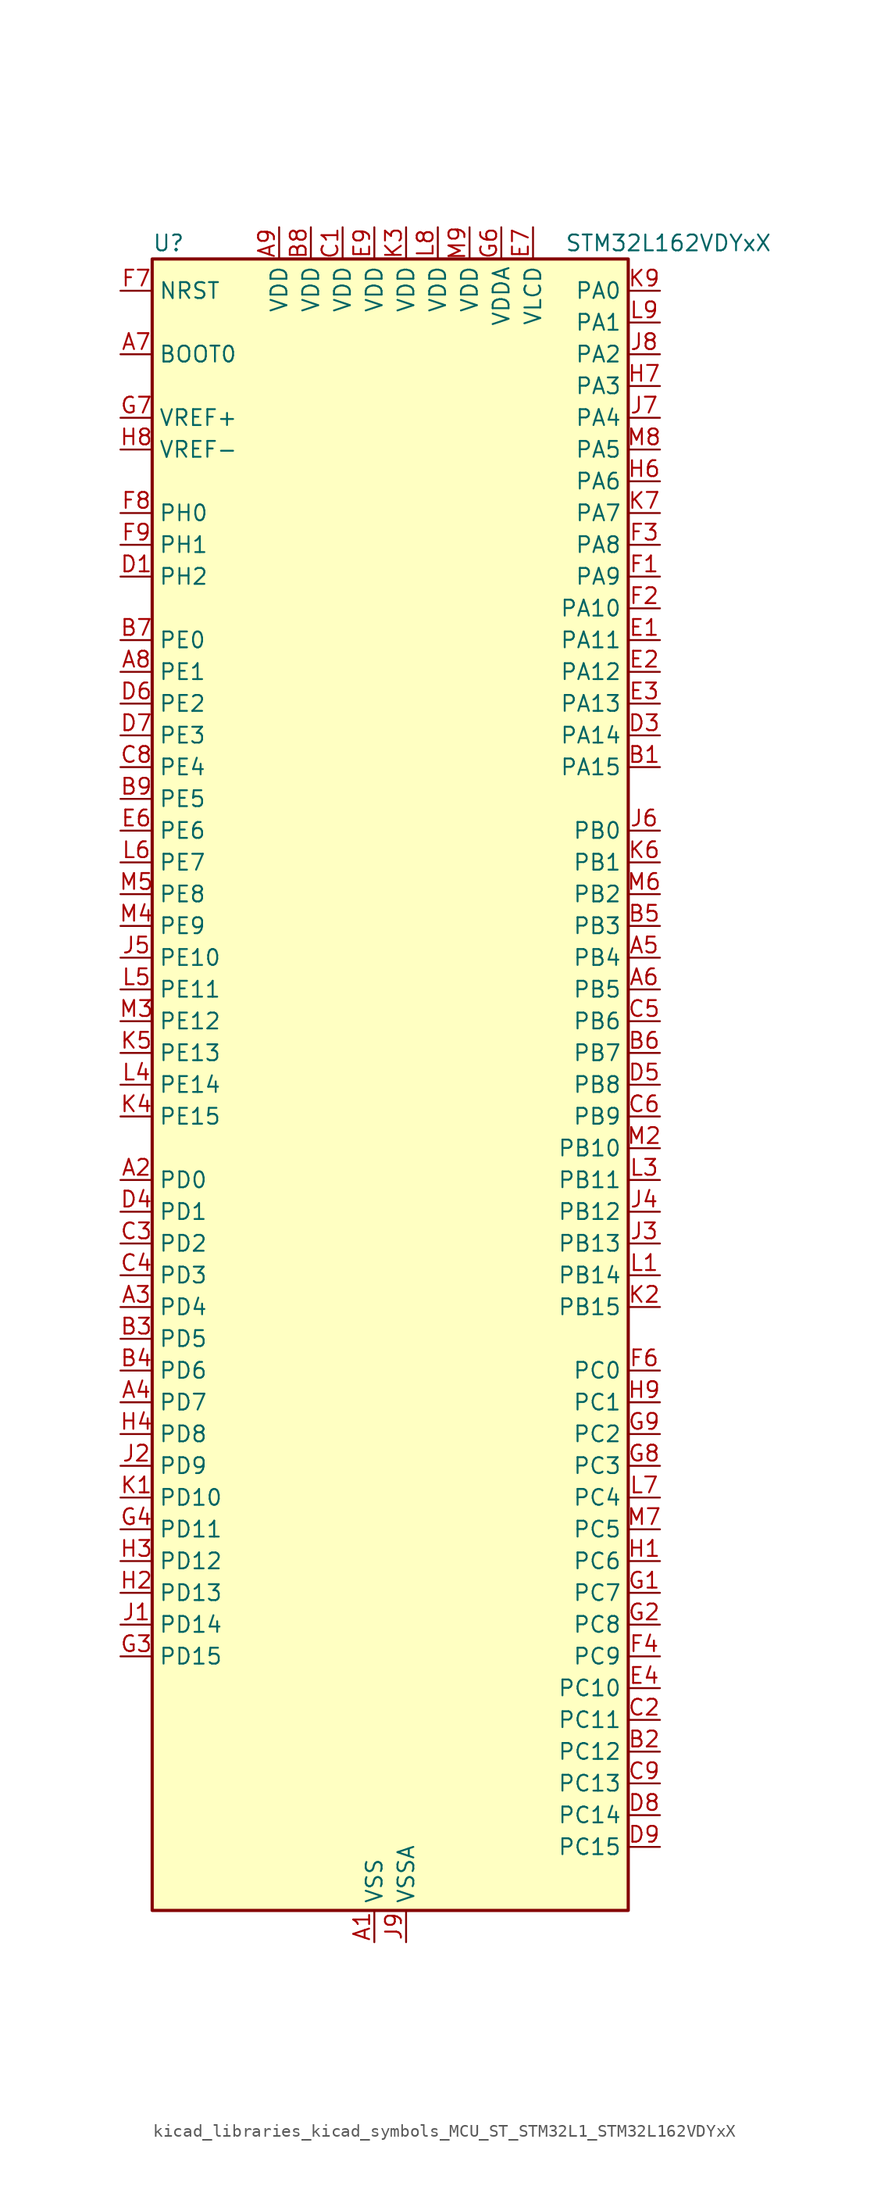
<source format=kicad_sym>
(kicad_symbol_lib
  (version 20220914)
  (generator kicad_symbol_editor)
  (symbol "kicad_libraries_kicad_symbols_MCU_ST_STM32L1_STM32L162VDYxX"
    (property "Reference" "U"
      (at -17.78 67.31 0)
      (effects (font (size 1.27 1.27)) (justify left)))
    (property "Value" "STM32L162VDYxX"
      (at 15.24 67.31 0)
      (effects (font (size 1.27 1.27)) (justify left)))
    (property "ki_locked" ""
      (at 0 0 0)
      (effects (font (size 1.27 1.27))))
    (symbol "kicad_libraries_kicad_symbols_MCU_ST_STM32L1_STM32L162VDYxX_0_1"
      (rectangle (start -17.78 -66.04) (end 20.32 66.04) (stroke (width 0.254) (type default)) (fill (type background))))
    (symbol "kicad_libraries_kicad_symbols_MCU_ST_STM32L1_STM32L162VDYxX_1_1"
      (pin power_in line (at 0 -68.58 90) (length 2.54) (name "VSS" (effects (font (size 1.27 1.27)))) (number "A1" (effects (font (size 1.27 1.27)))))
      (pin bidirectional line (at -20.32 -7.62 0) (length 2.54) (name "PD0" (effects (font (size 1.27 1.27)))) (number "A2" (effects (font (size 1.27 1.27)))) (alternate "I2S2_WS" bidirectional line) (alternate "SPI2_NSS" bidirectional line) (alternate "TIM9_CH1" bidirectional line) (alternate "TIMX_IC1" bidirectional line))
      (pin bidirectional line (at -20.32 -17.78 0) (length 2.54) (name "PD4" (effects (font (size 1.27 1.27)))) (number "A3" (effects (font (size 1.27 1.27)))) (alternate "I2S2_SD" bidirectional line) (alternate "SPI2_MOSI" bidirectional line) (alternate "TIMX_IC1" bidirectional line) (alternate "USART2_RTS" bidirectional line))
      (pin bidirectional line (at -20.32 -25.4 0) (length 2.54) (name "PD7" (effects (font (size 1.27 1.27)))) (number "A4" (effects (font (size 1.27 1.27)))) (alternate "TIM9_CH2" bidirectional line) (alternate "TIMX_IC4" bidirectional line) (alternate "USART2_CK" bidirectional line))
      (pin bidirectional line (at 22.86 10.16 180) (length 2.54) (name "PB4" (effects (font (size 1.27 1.27)))) (number "A5" (effects (font (size 1.27 1.27)))) (alternate "COMP2_INP" bidirectional line) (alternate "LCD_SEG8" bidirectional line) (alternate "SPI1_MISO" bidirectional line) (alternate "SPI3_MISO" bidirectional line) (alternate "SYS_JTRST" bidirectional line) (alternate "TIM3_CH1" bidirectional line) (alternate "TS_G6_IO1" bidirectional line))
      (pin bidirectional line (at 22.86 7.62 180) (length 2.54) (name "PB5" (effects (font (size 1.27 1.27)))) (number "A6" (effects (font (size 1.27 1.27)))) (alternate "COMP2_INP" bidirectional line) (alternate "I2C1_SMBA" bidirectional line) (alternate "I2S3_SD" bidirectional line) (alternate "LCD_SEG9" bidirectional line) (alternate "SPI1_MOSI" bidirectional line) (alternate "SPI3_MOSI" bidirectional line) (alternate "TIM3_CH2" bidirectional line) (alternate "TS_G6_IO2" bidirectional line))
      (pin input line (at -20.32 58.42 0) (length 2.54) (name "BOOT0" (effects (font (size 1.27 1.27)))) (number "A7" (effects (font (size 1.27 1.27)))))
      (pin bidirectional line (at -20.32 33.02 0) (length 2.54) (name "PE1" (effects (font (size 1.27 1.27)))) (number "A8" (effects (font (size 1.27 1.27)))) (alternate "LCD_SEG37" bidirectional line) (alternate "TIM11_CH1" bidirectional line) (alternate "TIMX_IC2" bidirectional line))
      (pin power_in line (at -7.62 68.58 270) (length 2.54) (name "VDD" (effects (font (size 1.27 1.27)))) (number "A9" (effects (font (size 1.27 1.27)))))
      (pin bidirectional line (at 22.86 25.4 180) (length 2.54) (name "PA15" (effects (font (size 1.27 1.27)))) (number "B1" (effects (font (size 1.27 1.27)))) (alternate "ADC_EXTI15" bidirectional line) (alternate "I2S3_WS" bidirectional line) (alternate "LCD_SEG17" bidirectional line) (alternate "SPI1_NSS" bidirectional line) (alternate "SPI3_NSS" bidirectional line) (alternate "SYS_JTDI" bidirectional line) (alternate "TIM2_CH1" bidirectional line) (alternate "TIM2_ETR" bidirectional line) (alternate "TIMX_IC4" bidirectional line) (alternate "TS_G5_IO3" bidirectional line))
      (pin bidirectional line (at 22.86 -53.34 180) (length 2.54) (name "PC12" (effects (font (size 1.27 1.27)))) (number "B2" (effects (font (size 1.27 1.27)))) (alternate "I2S3_SD" bidirectional line) (alternate "LCD_COM6" bidirectional line) (alternate "LCD_SEG30" bidirectional line) (alternate "LCD_SEG42" bidirectional line) (alternate "SPI3_MOSI" bidirectional line) (alternate "TIMX_IC1" bidirectional line) (alternate "UART5_TX" bidirectional line) (alternate "USART3_CK" bidirectional line))
      (pin bidirectional line (at -20.32 -20.32 0) (length 2.54) (name "PD5" (effects (font (size 1.27 1.27)))) (number "B3" (effects (font (size 1.27 1.27)))) (alternate "TIMX_IC2" bidirectional line) (alternate "USART2_TX" bidirectional line))
      (pin bidirectional line (at -20.32 -22.86 0) (length 2.54) (name "PD6" (effects (font (size 1.27 1.27)))) (number "B4" (effects (font (size 1.27 1.27)))) (alternate "TIMX_IC3" bidirectional line) (alternate "USART2_RX" bidirectional line))
      (pin bidirectional line (at 22.86 12.7 180) (length 2.54) (name "PB3" (effects (font (size 1.27 1.27)))) (number "B5" (effects (font (size 1.27 1.27)))) (alternate "COMP2_INM" bidirectional line) (alternate "I2S3_CK" bidirectional line) (alternate "LCD_SEG7" bidirectional line) (alternate "SPI1_SCK" bidirectional line) (alternate "SPI3_SCK" bidirectional line) (alternate "SYS_JTDO-TRACESWO" bidirectional line) (alternate "TIM2_CH2" bidirectional line))
      (pin bidirectional line (at 22.86 2.54 180) (length 2.54) (name "PB7" (effects (font (size 1.27 1.27)))) (number "B6" (effects (font (size 1.27 1.27)))) (alternate "COMP2_INP" bidirectional line) (alternate "I2C1_SDA" bidirectional line) (alternate "SYS_PVD_IN" bidirectional line) (alternate "TIM4_CH2" bidirectional line) (alternate "TS_G6_IO4" bidirectional line) (alternate "USART1_RX" bidirectional line))
      (pin bidirectional line (at -20.32 35.56 0) (length 2.54) (name "PE0" (effects (font (size 1.27 1.27)))) (number "B7" (effects (font (size 1.27 1.27)))) (alternate "LCD_SEG36" bidirectional line) (alternate "TIM10_CH1" bidirectional line) (alternate "TIM4_ETR" bidirectional line) (alternate "TIMX_IC1" bidirectional line))
      (pin power_in line (at -5.08 68.58 270) (length 2.54) (name "VDD" (effects (font (size 1.27 1.27)))) (number "B8" (effects (font (size 1.27 1.27)))))
      (pin bidirectional line (at -20.32 22.86 0) (length 2.54) (name "PE5" (effects (font (size 1.27 1.27)))) (number "B9" (effects (font (size 1.27 1.27)))) (alternate "SYS_TRACED2" bidirectional line) (alternate "TIM9_CH1" bidirectional line) (alternate "TIMX_IC2" bidirectional line))
      (pin power_in line (at -2.54 68.58 270) (length 2.54) (name "VDD" (effects (font (size 1.27 1.27)))) (number "C1" (effects (font (size 1.27 1.27)))))
      (pin bidirectional line (at 22.86 -50.8 180) (length 2.54) (name "PC11" (effects (font (size 1.27 1.27)))) (number "C2" (effects (font (size 1.27 1.27)))) (alternate "ADC_EXTI11" bidirectional line) (alternate "LCD_COM5" bidirectional line) (alternate "LCD_SEG29" bidirectional line) (alternate "LCD_SEG41" bidirectional line) (alternate "SPI3_MISO" bidirectional line) (alternate "TIMX_IC4" bidirectional line) (alternate "UART4_RX" bidirectional line) (alternate "USART3_RX" bidirectional line))
      (pin bidirectional line (at -20.32 -12.7 0) (length 2.54) (name "PD2" (effects (font (size 1.27 1.27)))) (number "C3" (effects (font (size 1.27 1.27)))) (alternate "LCD_COM7" bidirectional line) (alternate "LCD_SEG31" bidirectional line) (alternate "LCD_SEG43" bidirectional line) (alternate "TIM3_ETR" bidirectional line) (alternate "TIMX_IC3" bidirectional line) (alternate "UART5_RX" bidirectional line))
      (pin bidirectional line (at -20.32 -15.24 0) (length 2.54) (name "PD3" (effects (font (size 1.27 1.27)))) (number "C4" (effects (font (size 1.27 1.27)))) (alternate "SPI2_MISO" bidirectional line) (alternate "TIMX_IC4" bidirectional line) (alternate "USART2_CTS" bidirectional line))
      (pin bidirectional line (at 22.86 5.08 180) (length 2.54) (name "PB6" (effects (font (size 1.27 1.27)))) (number "C5" (effects (font (size 1.27 1.27)))) (alternate "COMP2_INP" bidirectional line) (alternate "I2C1_SCL" bidirectional line) (alternate "TIM4_CH1" bidirectional line) (alternate "TS_G6_IO3" bidirectional line) (alternate "USART1_TX" bidirectional line))
      (pin bidirectional line (at 22.86 -2.54 180) (length 2.54) (name "PB9" (effects (font (size 1.27 1.27)))) (number "C6" (effects (font (size 1.27 1.27)))) (alternate "DAC_EXTI9" bidirectional line) (alternate "I2C1_SDA" bidirectional line) (alternate "LCD_COM3" bidirectional line) (alternate "TIM11_CH1" bidirectional line) (alternate "TIM4_CH4" bidirectional line))
      (pin passive line (at 0 -68.58 90) (length 2.54) hide (name "VSS" (effects (font (size 1.27 1.27)))) (number "C7" (effects (font (size 1.27 1.27)))))
      (pin bidirectional line (at -20.32 25.4 0) (length 2.54) (name "PE4" (effects (font (size 1.27 1.27)))) (number "C8" (effects (font (size 1.27 1.27)))) (alternate "SYS_TRACED1" bidirectional line) (alternate "TIM3_CH2" bidirectional line) (alternate "TIMX_IC1" bidirectional line))
      (pin bidirectional line (at 22.86 -55.88 180) (length 2.54) (name "PC13" (effects (font (size 1.27 1.27)))) (number "C9" (effects (font (size 1.27 1.27)))) (alternate "RTC_OUT_ALARM" bidirectional line) (alternate "RTC_OUT_CALIB" bidirectional line) (alternate "RTC_TAMP1" bidirectional line) (alternate "RTC_TS" bidirectional line) (alternate "SYS_WKUP2" bidirectional line) (alternate "TIMX_IC2" bidirectional line))
      (pin bidirectional line (at -20.32 40.64 0) (length 2.54) (name "PH2" (effects (font (size 1.27 1.27)))) (number "D1" (effects (font (size 1.27 1.27)))))
      (pin passive line (at 0 -68.58 90) (length 2.54) hide (name "VSS" (effects (font (size 1.27 1.27)))) (number "D2" (effects (font (size 1.27 1.27)))))
      (pin bidirectional line (at 22.86 27.94 180) (length 2.54) (name "PA14" (effects (font (size 1.27 1.27)))) (number "D3" (effects (font (size 1.27 1.27)))) (alternate "SYS_JTCK-SWCLK" bidirectional line) (alternate "TIMX_IC3" bidirectional line) (alternate "TS_G5_IO2" bidirectional line))
      (pin bidirectional line (at -20.32 -10.16 0) (length 2.54) (name "PD1" (effects (font (size 1.27 1.27)))) (number "D4" (effects (font (size 1.27 1.27)))) (alternate "I2S2_CK" bidirectional line) (alternate "SPI2_SCK" bidirectional line) (alternate "TIMX_IC2" bidirectional line))
      (pin bidirectional line (at 22.86 0 180) (length 2.54) (name "PB8" (effects (font (size 1.27 1.27)))) (number "D5" (effects (font (size 1.27 1.27)))) (alternate "I2C1_SCL" bidirectional line) (alternate "LCD_SEG16" bidirectional line) (alternate "TIM10_CH1" bidirectional line) (alternate "TIM4_CH3" bidirectional line))
      (pin bidirectional line (at -20.32 30.48 0) (length 2.54) (name "PE2" (effects (font (size 1.27 1.27)))) (number "D6" (effects (font (size 1.27 1.27)))) (alternate "LCD_SEG38" bidirectional line) (alternate "SYS_TRACECK" bidirectional line) (alternate "TIM3_ETR" bidirectional line) (alternate "TIMX_IC3" bidirectional line))
      (pin bidirectional line (at -20.32 27.94 0) (length 2.54) (name "PE3" (effects (font (size 1.27 1.27)))) (number "D7" (effects (font (size 1.27 1.27)))) (alternate "LCD_SEG39" bidirectional line) (alternate "SYS_TRACED0" bidirectional line) (alternate "TIM3_CH1" bidirectional line) (alternate "TIMX_IC4" bidirectional line))
      (pin bidirectional line (at 22.86 -58.42 180) (length 2.54) (name "PC14" (effects (font (size 1.27 1.27)))) (number "D8" (effects (font (size 1.27 1.27)))) (alternate "RCC_OSC32_IN" bidirectional line) (alternate "TIMX_IC3" bidirectional line))
      (pin bidirectional line (at 22.86 -60.96 180) (length 2.54) (name "PC15" (effects (font (size 1.27 1.27)))) (number "D9" (effects (font (size 1.27 1.27)))) (alternate "ADC_EXTI15" bidirectional line) (alternate "RCC_OSC32_OUT" bidirectional line) (alternate "TIMX_IC4" bidirectional line))
      (pin bidirectional line (at 22.86 35.56 180) (length 2.54) (name "PA11" (effects (font (size 1.27 1.27)))) (number "E1" (effects (font (size 1.27 1.27)))) (alternate "ADC_EXTI11" bidirectional line) (alternate "SPI1_MISO" bidirectional line) (alternate "TIMX_IC4" bidirectional line) (alternate "USART1_CTS" bidirectional line) (alternate "USB_DM" bidirectional line))
      (pin bidirectional line (at 22.86 33.02 180) (length 2.54) (name "PA12" (effects (font (size 1.27 1.27)))) (number "E2" (effects (font (size 1.27 1.27)))) (alternate "SPI1_MOSI" bidirectional line) (alternate "TIMX_IC1" bidirectional line) (alternate "USART1_RTS" bidirectional line) (alternate "USB_DP" bidirectional line))
      (pin bidirectional line (at 22.86 30.48 180) (length 2.54) (name "PA13" (effects (font (size 1.27 1.27)))) (number "E3" (effects (font (size 1.27 1.27)))) (alternate "SYS_JTMS-SWDIO" bidirectional line) (alternate "TIMX_IC2" bidirectional line) (alternate "TS_G5_IO1" bidirectional line))
      (pin bidirectional line (at 22.86 -48.26 180) (length 2.54) (name "PC10" (effects (font (size 1.27 1.27)))) (number "E4" (effects (font (size 1.27 1.27)))) (alternate "I2S3_CK" bidirectional line) (alternate "LCD_COM4" bidirectional line) (alternate "LCD_SEG28" bidirectional line) (alternate "LCD_SEG40" bidirectional line) (alternate "SPI3_SCK" bidirectional line) (alternate "TIMX_IC3" bidirectional line) (alternate "UART4_TX" bidirectional line) (alternate "USART3_TX" bidirectional line))
      (pin bidirectional line (at -20.32 20.32 0) (length 2.54) (name "PE6" (effects (font (size 1.27 1.27)))) (number "E6" (effects (font (size 1.27 1.27)))) (alternate "RTC_TAMP3" bidirectional line) (alternate "SYS_TRACED3" bidirectional line) (alternate "SYS_WKUP3" bidirectional line) (alternate "TIM9_CH2" bidirectional line) (alternate "TIMX_IC3" bidirectional line))
      (pin power_in line (at 12.7 68.58 270) (length 2.54) (name "VLCD" (effects (font (size 1.27 1.27)))) (number "E7" (effects (font (size 1.27 1.27)))))
      (pin passive line (at 0 -68.58 90) (length 2.54) hide (name "VSS" (effects (font (size 1.27 1.27)))) (number "E8" (effects (font (size 1.27 1.27)))))
      (pin power_in line (at 0 68.58 270) (length 2.54) (name "VDD" (effects (font (size 1.27 1.27)))) (number "E9" (effects (font (size 1.27 1.27)))))
      (pin bidirectional line (at 22.86 40.64 180) (length 2.54) (name "PA9" (effects (font (size 1.27 1.27)))) (number "F1" (effects (font (size 1.27 1.27)))) (alternate "DAC_EXTI9" bidirectional line) (alternate "LCD_COM1" bidirectional line) (alternate "TIMX_IC2" bidirectional line) (alternate "TS_G4_IO2" bidirectional line) (alternate "USART1_TX" bidirectional line))
      (pin bidirectional line (at 22.86 38.1 180) (length 2.54) (name "PA10" (effects (font (size 1.27 1.27)))) (number "F2" (effects (font (size 1.27 1.27)))) (alternate "LCD_COM2" bidirectional line) (alternate "TIMX_IC3" bidirectional line) (alternate "TS_G4_IO3" bidirectional line) (alternate "USART1_RX" bidirectional line))
      (pin bidirectional line (at 22.86 43.18 180) (length 2.54) (name "PA8" (effects (font (size 1.27 1.27)))) (number "F3" (effects (font (size 1.27 1.27)))) (alternate "LCD_COM0" bidirectional line) (alternate "RCC_MCO" bidirectional line) (alternate "TIMX_IC1" bidirectional line) (alternate "TS_G4_IO1" bidirectional line) (alternate "USART1_CK" bidirectional line))
      (pin bidirectional line (at 22.86 -45.72 180) (length 2.54) (name "PC9" (effects (font (size 1.27 1.27)))) (number "F4" (effects (font (size 1.27 1.27)))) (alternate "DAC_EXTI9" bidirectional line) (alternate "LCD_SEG27" bidirectional line) (alternate "TIM3_CH4" bidirectional line) (alternate "TIMX_IC2" bidirectional line) (alternate "TS_G10_IO4" bidirectional line))
      (pin bidirectional line (at 22.86 -22.86 180) (length 2.54) (name "PC0" (effects (font (size 1.27 1.27)))) (number "F6" (effects (font (size 1.27 1.27)))) (alternate "ADC_IN10" bidirectional line) (alternate "COMP1_INP" bidirectional line) (alternate "LCD_SEG18" bidirectional line) (alternate "TIMX_IC1" bidirectional line) (alternate "TS_G8_IO1" bidirectional line))
      (pin input line (at -20.32 63.5 0) (length 2.54) (name "NRST" (effects (font (size 1.27 1.27)))) (number "F7" (effects (font (size 1.27 1.27)))))
      (pin bidirectional line (at -20.32 45.72 0) (length 2.54) (name "PH0" (effects (font (size 1.27 1.27)))) (number "F8" (effects (font (size 1.27 1.27)))) (alternate "RCC_OSC_IN" bidirectional line))
      (pin bidirectional line (at -20.32 43.18 0) (length 2.54) (name "PH1" (effects (font (size 1.27 1.27)))) (number "F9" (effects (font (size 1.27 1.27)))) (alternate "RCC_OSC_OUT" bidirectional line))
      (pin bidirectional line (at 22.86 -40.64 180) (length 2.54) (name "PC7" (effects (font (size 1.27 1.27)))) (number "G1" (effects (font (size 1.27 1.27)))) (alternate "I2S3_MCK" bidirectional line) (alternate "LCD_SEG25" bidirectional line) (alternate "TIM3_CH2" bidirectional line) (alternate "TIMX_IC4" bidirectional line) (alternate "TS_G10_IO2" bidirectional line))
      (pin bidirectional line (at 22.86 -43.18 180) (length 2.54) (name "PC8" (effects (font (size 1.27 1.27)))) (number "G2" (effects (font (size 1.27 1.27)))) (alternate "LCD_SEG26" bidirectional line) (alternate "TIM3_CH3" bidirectional line) (alternate "TIMX_IC1" bidirectional line) (alternate "TS_G10_IO3" bidirectional line))
      (pin bidirectional line (at -20.32 -45.72 0) (length 2.54) (name "PD15" (effects (font (size 1.27 1.27)))) (number "G3" (effects (font (size 1.27 1.27)))) (alternate "ADC_EXTI15" bidirectional line) (alternate "LCD_SEG35" bidirectional line) (alternate "TIM4_CH4" bidirectional line) (alternate "TIMX_IC4" bidirectional line))
      (pin bidirectional line (at -20.32 -35.56 0) (length 2.54) (name "PD11" (effects (font (size 1.27 1.27)))) (number "G4" (effects (font (size 1.27 1.27)))) (alternate "ADC_EXTI11" bidirectional line) (alternate "LCD_SEG31" bidirectional line) (alternate "TIMX_IC4" bidirectional line) (alternate "USART3_CTS" bidirectional line))
      (pin power_in line (at 10.16 68.58 270) (length 2.54) (name "VDDA" (effects (font (size 1.27 1.27)))) (number "G6" (effects (font (size 1.27 1.27)))))
      (pin input line (at -20.32 53.34 0) (length 2.54) (name "VREF+" (effects (font (size 1.27 1.27)))) (number "G7" (effects (font (size 1.27 1.27)))))
      (pin bidirectional line (at 22.86 -30.48 180) (length 2.54) (name "PC3" (effects (font (size 1.27 1.27)))) (number "G8" (effects (font (size 1.27 1.27)))) (alternate "ADC_IN13" bidirectional line) (alternate "COMP1_INP" bidirectional line) (alternate "LCD_SEG21" bidirectional line) (alternate "TIMX_IC4" bidirectional line) (alternate "TS_G8_IO4" bidirectional line))
      (pin bidirectional line (at 22.86 -27.94 180) (length 2.54) (name "PC2" (effects (font (size 1.27 1.27)))) (number "G9" (effects (font (size 1.27 1.27)))) (alternate "ADC_IN12" bidirectional line) (alternate "COMP1_INP" bidirectional line) (alternate "LCD_SEG20" bidirectional line) (alternate "TIMX_IC3" bidirectional line) (alternate "TS_G8_IO3" bidirectional line))
      (pin bidirectional line (at 22.86 -38.1 180) (length 2.54) (name "PC6" (effects (font (size 1.27 1.27)))) (number "H1" (effects (font (size 1.27 1.27)))) (alternate "I2S2_MCK" bidirectional line) (alternate "LCD_SEG24" bidirectional line) (alternate "TIM3_CH1" bidirectional line) (alternate "TIMX_IC3" bidirectional line) (alternate "TS_G10_IO1" bidirectional line))
      (pin bidirectional line (at -20.32 -40.64 0) (length 2.54) (name "PD13" (effects (font (size 1.27 1.27)))) (number "H2" (effects (font (size 1.27 1.27)))) (alternate "LCD_SEG33" bidirectional line) (alternate "TIM4_CH2" bidirectional line) (alternate "TIMX_IC2" bidirectional line))
      (pin bidirectional line (at -20.32 -38.1 0) (length 2.54) (name "PD12" (effects (font (size 1.27 1.27)))) (number "H3" (effects (font (size 1.27 1.27)))) (alternate "LCD_SEG32" bidirectional line) (alternate "TIM4_CH1" bidirectional line) (alternate "TIMX_IC1" bidirectional line) (alternate "USART3_RTS" bidirectional line))
      (pin bidirectional line (at -20.32 -27.94 0) (length 2.54) (name "PD8" (effects (font (size 1.27 1.27)))) (number "H4" (effects (font (size 1.27 1.27)))) (alternate "LCD_SEG28" bidirectional line) (alternate "TIMX_IC1" bidirectional line) (alternate "USART3_TX" bidirectional line))
      (pin bidirectional line (at 22.86 48.26 180) (length 2.54) (name "PA6" (effects (font (size 1.27 1.27)))) (number "H6" (effects (font (size 1.27 1.27)))) (alternate "ADC_IN6" bidirectional line) (alternate "COMP1_INP" bidirectional line) (alternate "LCD_SEG3" bidirectional line) (alternate "OPAMP2_VINP" bidirectional line) (alternate "SPI1_MISO" bidirectional line) (alternate "TIM10_CH1" bidirectional line) (alternate "TIM3_CH1" bidirectional line) (alternate "TIMX_IC3" bidirectional line) (alternate "TS_G2_IO1" bidirectional line))
      (pin bidirectional line (at 22.86 55.88 180) (length 2.54) (name "PA3" (effects (font (size 1.27 1.27)))) (number "H7" (effects (font (size 1.27 1.27)))) (alternate "ADC_IN3" bidirectional line) (alternate "COMP1_INP" bidirectional line) (alternate "LCD_SEG2" bidirectional line) (alternate "OPAMP1_VOUT" bidirectional line) (alternate "TIM2_CH4" bidirectional line) (alternate "TIM5_CH4" bidirectional line) (alternate "TIM9_CH2" bidirectional line) (alternate "TIMX_IC4" bidirectional line) (alternate "TS_G1_IO4" bidirectional line) (alternate "USART2_RX" bidirectional line))
      (pin input line (at -20.32 50.8 0) (length 2.54) (name "VREF-" (effects (font (size 1.27 1.27)))) (number "H8" (effects (font (size 1.27 1.27)))))
      (pin bidirectional line (at 22.86 -25.4 180) (length 2.54) (name "PC1" (effects (font (size 1.27 1.27)))) (number "H9" (effects (font (size 1.27 1.27)))) (alternate "ADC_IN11" bidirectional line) (alternate "COMP1_INP" bidirectional line) (alternate "LCD_SEG19" bidirectional line) (alternate "TIMX_IC2" bidirectional line) (alternate "TS_G8_IO2" bidirectional line))
      (pin bidirectional line (at -20.32 -43.18 0) (length 2.54) (name "PD14" (effects (font (size 1.27 1.27)))) (number "J1" (effects (font (size 1.27 1.27)))) (alternate "LCD_SEG34" bidirectional line) (alternate "TIM4_CH3" bidirectional line) (alternate "TIMX_IC3" bidirectional line))
      (pin bidirectional line (at -20.32 -30.48 0) (length 2.54) (name "PD9" (effects (font (size 1.27 1.27)))) (number "J2" (effects (font (size 1.27 1.27)))) (alternate "DAC_EXTI9" bidirectional line) (alternate "LCD_SEG29" bidirectional line) (alternate "TIMX_IC2" bidirectional line) (alternate "USART3_RX" bidirectional line))
      (pin bidirectional line (at 22.86 -12.7 180) (length 2.54) (name "PB13" (effects (font (size 1.27 1.27)))) (number "J3" (effects (font (size 1.27 1.27)))) (alternate "ADC_IN19" bidirectional line) (alternate "COMP1_INP" bidirectional line) (alternate "I2S2_CK" bidirectional line) (alternate "LCD_SEG13" bidirectional line) (alternate "SPI2_SCK" bidirectional line) (alternate "TIM9_CH1" bidirectional line) (alternate "TS_G7_IO2" bidirectional line) (alternate "USART3_CTS" bidirectional line))
      (pin bidirectional line (at 22.86 -10.16 180) (length 2.54) (name "PB12" (effects (font (size 1.27 1.27)))) (number "J4" (effects (font (size 1.27 1.27)))) (alternate "ADC_IN18" bidirectional line) (alternate "COMP1_INP" bidirectional line) (alternate "I2C2_SMBA" bidirectional line) (alternate "I2S2_WS" bidirectional line) (alternate "LCD_SEG12" bidirectional line) (alternate "SPI2_NSS" bidirectional line) (alternate "TIM10_CH1" bidirectional line) (alternate "TS_G7_IO1" bidirectional line) (alternate "USART3_CK" bidirectional line))
      (pin bidirectional line (at -20.32 10.16 0) (length 2.54) (name "PE10" (effects (font (size 1.27 1.27)))) (number "J5" (effects (font (size 1.27 1.27)))) (alternate "ADC_IN25" bidirectional line) (alternate "COMP1_INP" bidirectional line) (alternate "TIM2_CH2" bidirectional line) (alternate "TIMX_IC3" bidirectional line))
      (pin bidirectional line (at 22.86 20.32 180) (length 2.54) (name "PB0" (effects (font (size 1.27 1.27)))) (number "J6" (effects (font (size 1.27 1.27)))) (alternate "ADC_IN8" bidirectional line) (alternate "COMP1_INP" bidirectional line) (alternate "LCD_SEG5" bidirectional line) (alternate "OPAMP2_VOUT" bidirectional line) (alternate "SYS_V_REF_OUT" bidirectional line) (alternate "TIM3_CH3" bidirectional line) (alternate "TS_G3_IO1" bidirectional line))
      (pin bidirectional line (at 22.86 53.34 180) (length 2.54) (name "PA4" (effects (font (size 1.27 1.27)))) (number "J7" (effects (font (size 1.27 1.27)))) (alternate "ADC_IN4" bidirectional line) (alternate "COMP1_INP" bidirectional line) (alternate "DAC_OUT1" bidirectional line) (alternate "I2S3_WS" bidirectional line) (alternate "SPI1_NSS" bidirectional line) (alternate "SPI3_NSS" bidirectional line) (alternate "TIMX_IC1" bidirectional line) (alternate "USART2_CK" bidirectional line))
      (pin bidirectional line (at 22.86 58.42 180) (length 2.54) (name "PA2" (effects (font (size 1.27 1.27)))) (number "J8" (effects (font (size 1.27 1.27)))) (alternate "ADC_IN2" bidirectional line) (alternate "COMP1_INP" bidirectional line) (alternate "LCD_SEG1" bidirectional line) (alternate "OPAMP1_VINM" bidirectional line) (alternate "TIM2_CH3" bidirectional line) (alternate "TIM5_CH3" bidirectional line) (alternate "TIM9_CH1" bidirectional line) (alternate "TIMX_IC3" bidirectional line) (alternate "TS_G1_IO3" bidirectional line) (alternate "USART2_TX" bidirectional line))
      (pin power_in line (at 2.54 -68.58 90) (length 2.54) (name "VSSA" (effects (font (size 1.27 1.27)))) (number "J9" (effects (font (size 1.27 1.27)))))
      (pin bidirectional line (at -20.32 -33.02 0) (length 2.54) (name "PD10" (effects (font (size 1.27 1.27)))) (number "K1" (effects (font (size 1.27 1.27)))) (alternate "LCD_SEG30" bidirectional line) (alternate "TIMX_IC3" bidirectional line) (alternate "USART3_CK" bidirectional line))
      (pin bidirectional line (at 22.86 -17.78 180) (length 2.54) (name "PB15" (effects (font (size 1.27 1.27)))) (number "K2" (effects (font (size 1.27 1.27)))) (alternate "ADC_EXTI15" bidirectional line) (alternate "ADC_IN21" bidirectional line) (alternate "COMP1_INP" bidirectional line) (alternate "I2S2_SD" bidirectional line) (alternate "LCD_SEG15" bidirectional line) (alternate "RTC_REFIN" bidirectional line) (alternate "SPI2_MOSI" bidirectional line) (alternate "TIM11_CH1" bidirectional line) (alternate "TS_G7_IO4" bidirectional line))
      (pin power_in line (at 2.54 68.58 270) (length 2.54) (name "VDD" (effects (font (size 1.27 1.27)))) (number "K3" (effects (font (size 1.27 1.27)))))
      (pin bidirectional line (at -20.32 -2.54 0) (length 2.54) (name "PE15" (effects (font (size 1.27 1.27)))) (number "K4" (effects (font (size 1.27 1.27)))) (alternate "ADC_EXTI15" bidirectional line) (alternate "SPI1_MOSI" bidirectional line) (alternate "TIMX_IC4" bidirectional line))
      (pin bidirectional line (at -20.32 2.54 0) (length 2.54) (name "PE13" (effects (font (size 1.27 1.27)))) (number "K5" (effects (font (size 1.27 1.27)))) (alternate "SPI1_SCK" bidirectional line) (alternate "TIMX_IC2" bidirectional line))
      (pin bidirectional line (at 22.86 17.78 180) (length 2.54) (name "PB1" (effects (font (size 1.27 1.27)))) (number "K6" (effects (font (size 1.27 1.27)))) (alternate "ADC_IN9" bidirectional line) (alternate "COMP1_INP" bidirectional line) (alternate "LCD_SEG6" bidirectional line) (alternate "SYS_V_REF_OUT" bidirectional line) (alternate "TIM3_CH4" bidirectional line) (alternate "TS_G3_IO2" bidirectional line))
      (pin bidirectional line (at 22.86 45.72 180) (length 2.54) (name "PA7" (effects (font (size 1.27 1.27)))) (number "K7" (effects (font (size 1.27 1.27)))) (alternate "ADC_IN7" bidirectional line) (alternate "COMP1_INP" bidirectional line) (alternate "LCD_SEG4" bidirectional line) (alternate "OPAMP2_VINM" bidirectional line) (alternate "SPI1_MOSI" bidirectional line) (alternate "TIM11_CH1" bidirectional line) (alternate "TIM3_CH2" bidirectional line) (alternate "TIMX_IC4" bidirectional line) (alternate "TS_G2_IO2" bidirectional line))
      (pin passive line (at 0 -68.58 90) (length 2.54) hide (name "VSS" (effects (font (size 1.27 1.27)))) (number "K8" (effects (font (size 1.27 1.27)))))
      (pin bidirectional line (at 22.86 63.5 180) (length 2.54) (name "PA0" (effects (font (size 1.27 1.27)))) (number "K9" (effects (font (size 1.27 1.27)))) (alternate "ADC_IN0" bidirectional line) (alternate "COMP1_INP" bidirectional line) (alternate "RTC_TAMP2" bidirectional line) (alternate "SYS_WKUP1" bidirectional line) (alternate "TIM2_CH1" bidirectional line) (alternate "TIM2_ETR" bidirectional line) (alternate "TIM5_CH1" bidirectional line) (alternate "TIMX_IC1" bidirectional line) (alternate "TS_G1_IO1" bidirectional line) (alternate "USART2_CTS" bidirectional line))
      (pin bidirectional line (at 22.86 -15.24 180) (length 2.54) (name "PB14" (effects (font (size 1.27 1.27)))) (number "L1" (effects (font (size 1.27 1.27)))) (alternate "ADC_IN20" bidirectional line) (alternate "COMP1_INP" bidirectional line) (alternate "LCD_SEG14" bidirectional line) (alternate "SPI2_MISO" bidirectional line) (alternate "TIM9_CH2" bidirectional line) (alternate "TS_G7_IO3" bidirectional line) (alternate "USART3_RTS" bidirectional line))
      (pin passive line (at 0 -68.58 90) (length 2.54) hide (name "VSS" (effects (font (size 1.27 1.27)))) (number "L2" (effects (font (size 1.27 1.27)))))
      (pin bidirectional line (at 22.86 -7.62 180) (length 2.54) (name "PB11" (effects (font (size 1.27 1.27)))) (number "L3" (effects (font (size 1.27 1.27)))) (alternate "ADC_EXTI11" bidirectional line) (alternate "I2C2_SDA" bidirectional line) (alternate "LCD_SEG11" bidirectional line) (alternate "TIM2_CH4" bidirectional line) (alternate "USART3_RX" bidirectional line))
      (pin bidirectional line (at -20.32 0 0) (length 2.54) (name "PE14" (effects (font (size 1.27 1.27)))) (number "L4" (effects (font (size 1.27 1.27)))) (alternate "SPI1_MISO" bidirectional line) (alternate "TIMX_IC3" bidirectional line))
      (pin bidirectional line (at -20.32 7.62 0) (length 2.54) (name "PE11" (effects (font (size 1.27 1.27)))) (number "L5" (effects (font (size 1.27 1.27)))) (alternate "ADC_EXTI11" bidirectional line) (alternate "TIM2_CH3" bidirectional line) (alternate "TIMX_IC4" bidirectional line))
      (pin bidirectional line (at -20.32 17.78 0) (length 2.54) (name "PE7" (effects (font (size 1.27 1.27)))) (number "L6" (effects (font (size 1.27 1.27)))) (alternate "ADC_IN22" bidirectional line) (alternate "COMP1_INP" bidirectional line) (alternate "TIMX_IC4" bidirectional line))
      (pin bidirectional line (at 22.86 -33.02 180) (length 2.54) (name "PC4" (effects (font (size 1.27 1.27)))) (number "L7" (effects (font (size 1.27 1.27)))) (alternate "ADC_IN14" bidirectional line) (alternate "COMP1_INP" bidirectional line) (alternate "LCD_SEG22" bidirectional line) (alternate "TIMX_IC1" bidirectional line) (alternate "TS_G9_IO1" bidirectional line))
      (pin power_in line (at 5.08 68.58 270) (length 2.54) (name "VDD" (effects (font (size 1.27 1.27)))) (number "L8" (effects (font (size 1.27 1.27)))))
      (pin bidirectional line (at 22.86 60.96 180) (length 2.54) (name "PA1" (effects (font (size 1.27 1.27)))) (number "L9" (effects (font (size 1.27 1.27)))) (alternate "ADC_IN1" bidirectional line) (alternate "COMP1_INP" bidirectional line) (alternate "LCD_SEG0" bidirectional line) (alternate "OPAMP1_VINP" bidirectional line) (alternate "TIM2_CH2" bidirectional line) (alternate "TIM5_CH2" bidirectional line) (alternate "TIMX_IC2" bidirectional line) (alternate "TS_G1_IO2" bidirectional line) (alternate "USART2_RTS" bidirectional line))
      (pin passive line (at 0 -68.58 90) (length 2.54) hide (name "VSS" (effects (font (size 1.27 1.27)))) (number "M1" (effects (font (size 1.27 1.27)))))
      (pin bidirectional line (at 22.86 -5.08 180) (length 2.54) (name "PB10" (effects (font (size 1.27 1.27)))) (number "M2" (effects (font (size 1.27 1.27)))) (alternate "I2C2_SCL" bidirectional line) (alternate "LCD_SEG10" bidirectional line) (alternate "TIM2_CH3" bidirectional line) (alternate "USART3_TX" bidirectional line))
      (pin bidirectional line (at -20.32 5.08 0) (length 2.54) (name "PE12" (effects (font (size 1.27 1.27)))) (number "M3" (effects (font (size 1.27 1.27)))) (alternate "SPI1_NSS" bidirectional line) (alternate "TIM2_CH4" bidirectional line) (alternate "TIMX_IC1" bidirectional line))
      (pin bidirectional line (at -20.32 12.7 0) (length 2.54) (name "PE9" (effects (font (size 1.27 1.27)))) (number "M4" (effects (font (size 1.27 1.27)))) (alternate "ADC_IN24" bidirectional line) (alternate "COMP1_INP" bidirectional line) (alternate "DAC_EXTI9" bidirectional line) (alternate "TIM2_CH1" bidirectional line) (alternate "TIM2_ETR" bidirectional line) (alternate "TIMX_IC2" bidirectional line))
      (pin bidirectional line (at -20.32 15.24 0) (length 2.54) (name "PE8" (effects (font (size 1.27 1.27)))) (number "M5" (effects (font (size 1.27 1.27)))) (alternate "ADC_IN23" bidirectional line) (alternate "COMP1_INP" bidirectional line) (alternate "TIMX_IC1" bidirectional line))
      (pin bidirectional line (at 22.86 15.24 180) (length 2.54) (name "PB2" (effects (font (size 1.27 1.27)))) (number "M6" (effects (font (size 1.27 1.27)))) (alternate "ADC_IN0b" bidirectional line) (alternate "TS_G3_IO3" bidirectional line))
      (pin bidirectional line (at 22.86 -35.56 180) (length 2.54) (name "PC5" (effects (font (size 1.27 1.27)))) (number "M7" (effects (font (size 1.27 1.27)))) (alternate "ADC_IN15" bidirectional line) (alternate "COMP1_INP" bidirectional line) (alternate "LCD_SEG23" bidirectional line) (alternate "TIMX_IC2" bidirectional line) (alternate "TS_G9_IO2" bidirectional line))
      (pin bidirectional line (at 22.86 50.8 180) (length 2.54) (name "PA5" (effects (font (size 1.27 1.27)))) (number "M8" (effects (font (size 1.27 1.27)))) (alternate "ADC_IN5" bidirectional line) (alternate "COMP1_INP" bidirectional line) (alternate "DAC_OUT2" bidirectional line) (alternate "SPI1_SCK" bidirectional line) (alternate "TIM2_CH1" bidirectional line) (alternate "TIM2_ETR" bidirectional line) (alternate "TIMX_IC2" bidirectional line))
      (pin power_in line (at 7.62 68.58 270) (length 2.54) (name "VDD" (effects (font (size 1.27 1.27)))) (number "M9" (effects (font (size 1.27 1.27))))))))
</source>
